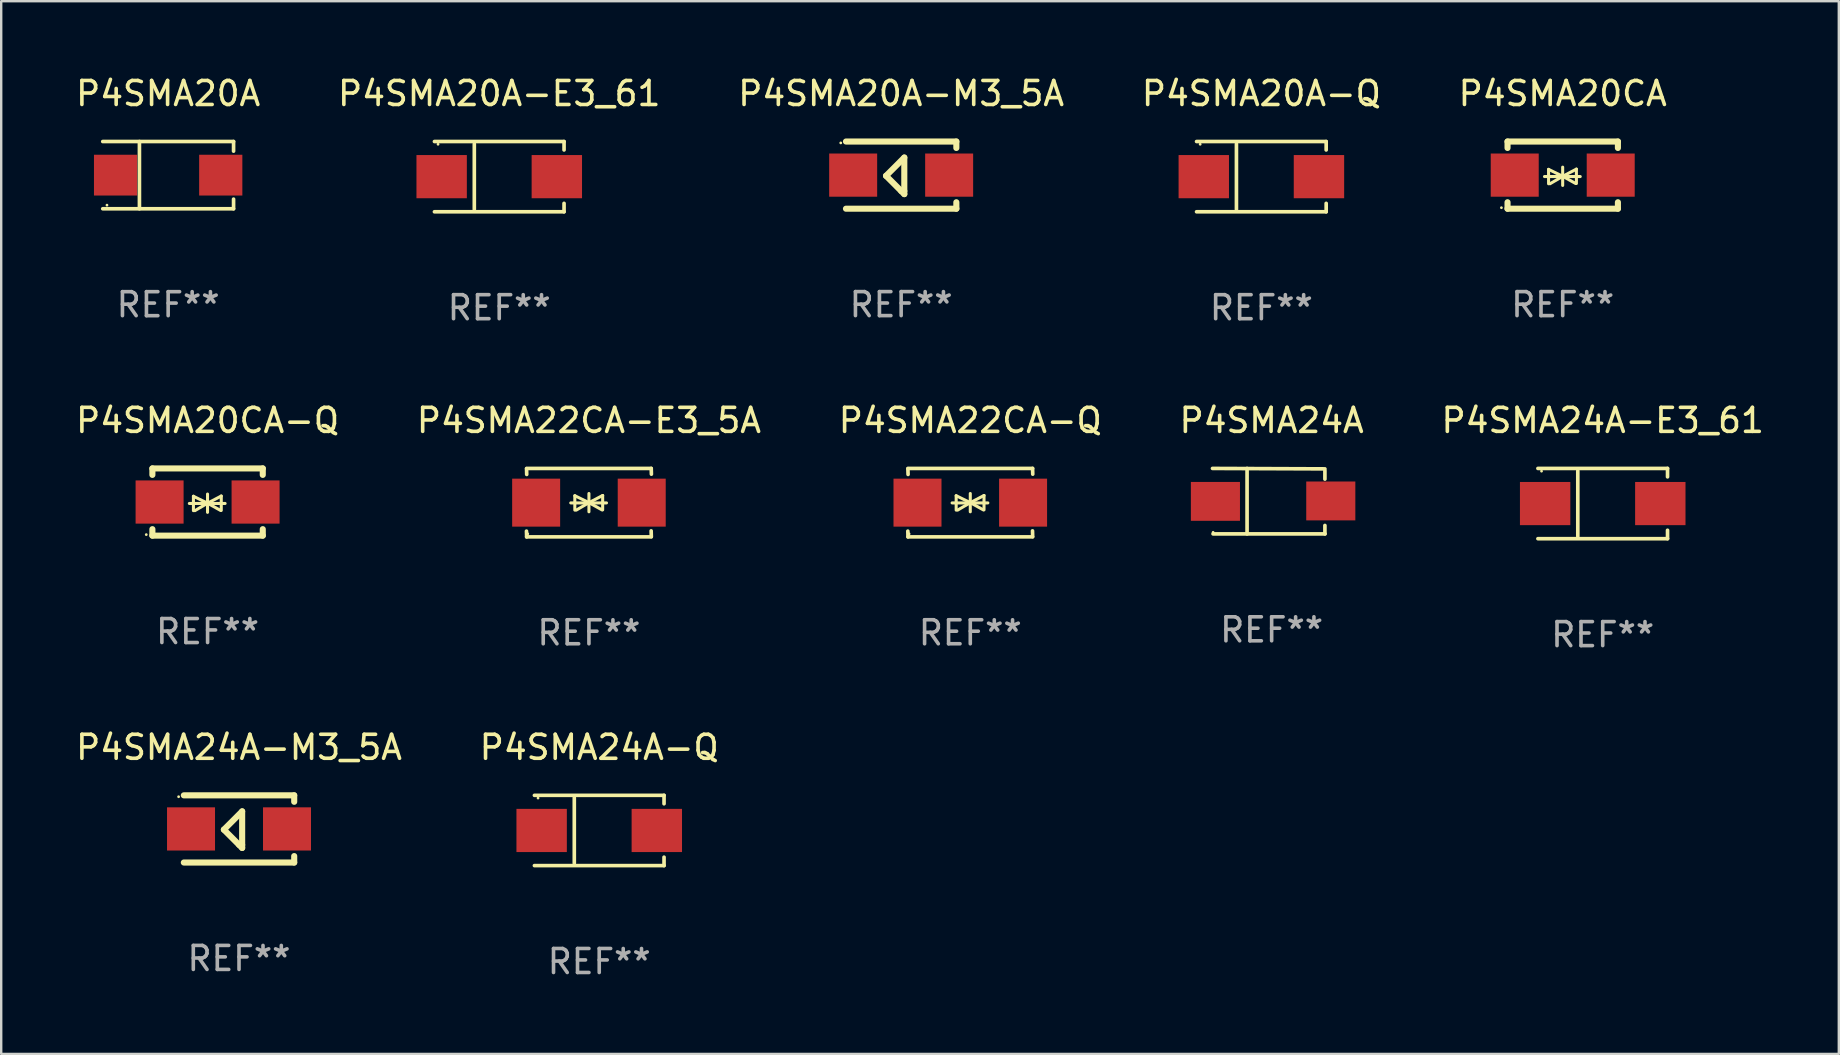
<source format=kicad_pcb>
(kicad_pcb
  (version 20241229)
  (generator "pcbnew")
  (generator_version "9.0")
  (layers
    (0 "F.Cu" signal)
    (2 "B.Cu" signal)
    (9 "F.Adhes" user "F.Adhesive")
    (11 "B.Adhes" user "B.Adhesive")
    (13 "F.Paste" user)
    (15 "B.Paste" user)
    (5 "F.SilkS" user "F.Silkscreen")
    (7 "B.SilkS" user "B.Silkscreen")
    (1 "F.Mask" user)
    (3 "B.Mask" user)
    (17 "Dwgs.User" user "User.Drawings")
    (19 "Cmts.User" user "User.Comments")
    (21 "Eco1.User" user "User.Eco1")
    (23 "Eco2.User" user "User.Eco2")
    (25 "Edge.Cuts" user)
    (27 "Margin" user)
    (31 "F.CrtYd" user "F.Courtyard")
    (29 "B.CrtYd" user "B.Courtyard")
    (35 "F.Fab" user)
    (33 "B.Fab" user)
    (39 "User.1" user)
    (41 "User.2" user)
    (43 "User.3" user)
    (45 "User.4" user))
  (footprint "P4SMA24A-E3_61"
    (layer "F.Cu")
    (at 63.744 17.936)
    (property "Reference" "P4SMA24A-E3_61" (at 0 -3.464 0) (layer "F.SilkS") (effects (font (size 1 1) (thickness 0.15))))
    (attr through_hole)
    (fp_line (start -2.701 -1.464) (end 2.701 -1.464) (stroke (width 0.152) (type solid)) (layer "F.SilkS"))
    (fp_line (start -2.701 1.464) (end 2.701 1.464) (stroke (width 0.152) (type solid)) (layer "F.SilkS"))
    (fp_line (start -1.039 -1.364) (end -1.039 1.364) (stroke (width 0.152) (type solid)) (layer "F.SilkS"))
    (fp_line (start 2.701 -1.464) (end 2.701 -1.113) (stroke (width 0.152) (type solid)) (layer "F.SilkS"))
    (fp_line (start 2.701 1.464) (end 2.701 1.113) (stroke (width 0.152) (type solid)) (layer "F.SilkS"))
    (fp_circle (center -2.55 -1.35) (end -2.52 -1.35) (stroke (width 0.06) (type solid)) (fill no) (layer "F.SilkS"))
    (fp_text user "REF**" (at 0 5.464 0) (layer "F.Fab") (effects (font (size 1 1) (thickness 0.15))))
    (pad "1" smd rect (at -2.4 0) (size 2.1 1.8) (layers "F.Cu" "F.Mask" "F.Paste"))
    (pad "2" smd rect (at 2.4 0) (size 2.1 1.8) (layers "F.Cu" "F.Mask" "F.Paste")))
  (footprint "P4SMA20CA"
    (layer "F.Cu")
    (at 62.077 4.248)
    (property "Reference" "P4SMA20CA" (at 0 -3.4 0) (layer "F.SilkS") (effects (font (size 1 1) (thickness 0.15))))
    (attr through_hole)
    (fp_line (start -2.3 -1.4) (end -2.3 -1.131) (stroke (width 0.254) (type solid)) (layer "F.SilkS"))
    (fp_line (start -2.3 -1.4) (end 2.3 -1.4) (stroke (width 0.254) (type solid)) (layer "F.SilkS"))
    (fp_line (start -2.3 1.131) (end -2.3 1.4) (stroke (width 0.254) (type solid)) (layer "F.SilkS"))
    (fp_line (start -2.3 1.4) (end 2.3 1.4) (stroke (width 0.254) (type solid)) (layer "F.SilkS"))
    (fp_line (start -0.76 0.06) (end 0.73 0.06) (stroke (width 0.127) (type solid)) (layer "F.SilkS"))
    (fp_line (start -0.59 -0.24) (end -0.59 0.36) (stroke (width 0.127) (type solid)) (layer "F.SilkS"))
    (fp_line (start -0.59 -0.24) (end -0.002 0.049) (stroke (width 0.127) (type solid)) (layer "F.SilkS"))
    (fp_line (start -0.53 0.36) (end -0.002 0.049) (stroke (width 0.127) (type solid)) (layer "F.SilkS"))
    (fp_line (start -0.002 0.049) (end -0.002 -0.332) (stroke (width 0.127) (type solid)) (layer "F.SilkS"))
    (fp_line (start -0.002 0.049) (end -0.002 0.43) (stroke (width 0.127) (type solid)) (layer "F.SilkS"))
    (fp_line (start 0.54 0.35) (end -0.002 0.049) (stroke (width 0.127) (type solid)) (layer "F.SilkS"))
    (fp_line (start 0.57 -0.25) (end -0.002 0.049) (stroke (width 0.127) (type solid)) (layer "F.SilkS"))
    (fp_line (start 0.57 -0.25) (end 0.57 0.35) (stroke (width 0.127) (type solid)) (layer "F.SilkS"))
    (fp_line (start 2.3 -1.4) (end 2.3 -1.131) (stroke (width 0.254) (type solid)) (layer "F.SilkS"))
    (fp_line (start 2.3 1.131) (end 2.3 1.4) (stroke (width 0.254) (type solid)) (layer "F.SilkS"))
    (fp_circle (center -2.555 1.358) (end -2.525 1.358) (stroke (width 0.06) (type solid)) (fill no) (layer "F.SilkS"))
    (fp_text user "REF**" (at 0 5.4 0) (layer "F.Fab") (effects (font (size 1 1) (thickness 0.15))))
    (pad "1" smd rect (at -2 -0.000025) (size 2 1.8) (layers "F.Cu" "F.Mask" "F.Paste"))
    (pad "2" smd rect (at 2 -0.000025) (size 2 1.8) (layers "F.Cu" "F.Mask" "F.Paste")))
  (footprint "P4SMA22CA-E3_5A"
    (layer "F.Cu")
    (at 21.494 17.898)
    (property "Reference" "P4SMA22CA-E3_5A" (at 0 -3.426 0) (layer "F.SilkS") (effects (font (size 1 1) (thickness 0.15))))
    (attr through_hole)
    (fp_line (start -2.596 -1.426) (end 2.596 -1.426) (stroke (width 0.152) (type solid)) (layer "F.SilkS"))
    (fp_line (start -2.596 1.426) (end -2.603 1.187) (stroke (width 0.152) (type solid)) (layer "F.SilkS"))
    (fp_line (start -2.596 1.426) (end 2.596 1.426) (stroke (width 0.152) (type solid)) (layer "F.SilkS"))
    (fp_line (start -2.593 -1.176) (end -2.6 -1.415) (stroke (width 0.152) (type solid)) (layer "F.SilkS"))
    (fp_line (start -0.758 0.011) (end 0.732 0.011) (stroke (width 0.127) (type solid)) (layer "F.SilkS"))
    (fp_line (start -0.588 -0.289) (end -0.588 0.311) (stroke (width 0.127) (type solid)) (layer "F.SilkS"))
    (fp_line (start -0.588 -0.289) (end 0 0) (stroke (width 0.127) (type solid)) (layer "F.SilkS"))
    (fp_line (start -0.528 0.311) (end 0 0) (stroke (width 0.127) (type solid)) (layer "F.SilkS"))
    (fp_line (start 0 0) (end 0 -0.381) (stroke (width 0.127) (type solid)) (layer "F.SilkS"))
    (fp_line (start 0 0) (end 0 0.381) (stroke (width 0.127) (type solid)) (layer "F.SilkS"))
    (fp_line (start 0.542 0.301) (end 0 0) (stroke (width 0.127) (type solid)) (layer "F.SilkS"))
    (fp_line (start 0.572 -0.299) (end 0 0) (stroke (width 0.127) (type solid)) (layer "F.SilkS"))
    (fp_line (start 0.572 -0.299) (end 0.572 0.301) (stroke (width 0.127) (type solid)) (layer "F.SilkS"))
    (fp_line (start 2.593 1.176) (end 2.6 1.415) (stroke (width 0.152) (type solid)) (layer "F.SilkS"))
    (fp_line (start 2.596 -1.426) (end 2.603 -1.187) (stroke (width 0.152) (type solid)) (layer "F.SilkS"))
    (fp_circle (center -2.55 1.3) (end -2.52 1.3) (stroke (width 0.06) (type solid)) (fill no) (layer "F.SilkS"))
    (fp_text user "REF**" (at 0 5.426 0) (layer "F.Fab") (effects (font (size 1 1) (thickness 0.15))))
    (pad "1" smd rect (at -2.2 0 180) (size 2 2) (layers "F.Cu" "F.Mask" "F.Paste"))
    (pad "2" smd rect (at 2.2 0 180) (size 2 2) (layers "F.Cu" "F.Mask" "F.Paste")))
  (footprint "P4SMA20A-Q"
    (layer "F.Cu")
    (at 49.518 4.312)
    (property "Reference" "P4SMA20A-Q" (at 0 -3.464 0) (layer "F.SilkS") (effects (font (size 1 1) (thickness 0.15))))
    (attr through_hole)
    (fp_line (start -2.701 -1.464) (end 2.701 -1.464) (stroke (width 0.152) (type solid)) (layer "F.SilkS"))
    (fp_line (start -2.701 1.464) (end 2.701 1.464) (stroke (width 0.152) (type solid)) (layer "F.SilkS"))
    (fp_line (start -1.039 -1.364) (end -1.039 1.364) (stroke (width 0.152) (type solid)) (layer "F.SilkS"))
    (fp_line (start 2.701 -1.464) (end 2.701 -1.113) (stroke (width 0.152) (type solid)) (layer "F.SilkS"))
    (fp_line (start 2.701 1.464) (end 2.701 1.113) (stroke (width 0.152) (type solid)) (layer "F.SilkS"))
    (fp_circle (center -2.55 -1.35) (end -2.52 -1.35) (stroke (width 0.06) (type solid)) (fill no) (layer "F.SilkS"))
    (fp_text user "REF**" (at 0 5.464 0) (layer "F.Fab") (effects (font (size 1 1) (thickness 0.15))))
    (pad "1" smd rect (at -2.4 0) (size 2.1 1.8) (layers "F.Cu" "F.Mask" "F.Paste"))
    (pad "2" smd rect (at 2.4 0) (size 2.1 1.8) (layers "F.Cu" "F.Mask" "F.Paste")))
  (footprint "P4SMA20A-M3_5A"
    (layer "F.Cu")
    (at 34.506 4.248)
    (property "Reference" "P4SMA20A-M3_5A" (at 0 -3.4 0) (layer "F.SilkS") (effects (font (size 1 1) (thickness 0.15))))
    (attr through_hole)
    (fp_line (start -2.3 -1.4) (end 2.3 -1.4) (stroke (width 0.254) (type solid)) (layer "F.SilkS"))
    (fp_line (start -2.3 1.4) (end 2.3 1.4) (stroke (width 0.254) (type solid)) (layer "F.SilkS"))
    (fp_line (start -0.631 0.03) (end 0.131 -0.732) (stroke (width 0.254) (type solid)) (layer "F.SilkS"))
    (fp_line (start 0.004 0.665) (end -0.631 0.03) (stroke (width 0.254) (type solid)) (layer "F.SilkS"))
    (fp_line (start 0.131 -0.732) (end 0.131 0.665) (stroke (width 0.254) (type solid)) (layer "F.SilkS"))
    (fp_line (start 0.131 0.665) (end 0.131 0.792) (stroke (width 0.254) (type solid)) (layer "F.SilkS"))
    (fp_line (start 0.131 0.792) (end 0.004 0.665) (stroke (width 0.254) (type solid)) (layer "F.SilkS"))
    (fp_line (start 2.3 -1.4) (end 2.3 -1.131) (stroke (width 0.254) (type solid)) (layer "F.SilkS"))
    (fp_line (start 2.3 1.131) (end 2.3 1.4) (stroke (width 0.254) (type solid)) (layer "F.SilkS"))
    (fp_circle (center -2.517 -1.342) (end -2.487 -1.342) (stroke (width 0.06) (type solid)) (fill no) (layer "F.SilkS"))
    (fp_text user "REF**" (at 0 5.4 0) (layer "F.Fab") (effects (font (size 1 1) (thickness 0.15))))
    (pad "1" smd rect (at -2 -0.000127) (size 2 1.8) (layers "F.Cu" "F.Mask" "F.Paste"))
    (pad "2" smd rect (at 2 -0.000127) (size 2 1.8) (layers "F.Cu" "F.Mask" "F.Paste")))
  (footprint "P4SMA20A"
    (layer "F.Cu")
    (at 3.958 4.249)
    (property "Reference" "P4SMA20A" (at 0 -3.401 0) (layer "F.SilkS") (effects (font (size 1 1) (thickness 0.15))))
    (attr through_hole)
    (fp_line (start -2.726 -1.401) (end 2.726 -1.401) (stroke (width 0.152) (type solid)) (layer "F.SilkS"))
    (fp_line (start -2.726 1.401) (end 2.726 1.401) (stroke (width 0.152) (type solid)) (layer "F.SilkS"))
    (fp_line (start -1.197 -1.401) (end -1.197 1.401) (stroke (width 0.152) (type solid)) (layer "F.SilkS"))
    (fp_line (start 2.726 -1.401) (end 2.726 -1) (stroke (width 0.152) (type solid)) (layer "F.SilkS"))
    (fp_line (start 2.726 1.401) (end 2.726 1) (stroke (width 0.152) (type solid)) (layer "F.SilkS"))
    (fp_circle (center -2.55 1.25) (end -2.52 1.25) (stroke (width 0.06) (type solid)) (fill no) (layer "F.SilkS"))
    (fp_text user "REF**" (at 0 5.401 0) (layer "F.Fab") (effects (font (size 1 1) (thickness 0.15))))
    (pad "1" smd rect (at -2.192 0) (size 1.8 1.7) (layers "F.Cu" "F.Mask" "F.Paste"))
    (pad "2" smd rect (at 2.192 0) (size 1.8 1.7) (layers "F.Cu" "F.Mask" "F.Paste")))
  (footprint "P4SMA22CA-Q"
    (layer "F.Cu")
    (at 37.387 17.898)
    (property "Reference" "P4SMA22CA-Q" (at 0 -3.426 0) (layer "F.SilkS") (effects (font (size 1 1) (thickness 0.15))))
    (attr through_hole)
    (fp_line (start -2.596 -1.426) (end 2.596 -1.426) (stroke (width 0.152) (type solid)) (layer "F.SilkS"))
    (fp_line (start -2.596 1.426) (end -2.603 1.187) (stroke (width 0.152) (type solid)) (layer "F.SilkS"))
    (fp_line (start -2.596 1.426) (end 2.596 1.426) (stroke (width 0.152) (type solid)) (layer "F.SilkS"))
    (fp_line (start -2.593 -1.176) (end -2.6 -1.415) (stroke (width 0.152) (type solid)) (layer "F.SilkS"))
    (fp_line (start -0.758 0.011) (end 0.732 0.011) (stroke (width 0.127) (type solid)) (layer "F.SilkS"))
    (fp_line (start -0.588 -0.289) (end -0.588 0.311) (stroke (width 0.127) (type solid)) (layer "F.SilkS"))
    (fp_line (start -0.588 -0.289) (end 0 0) (stroke (width 0.127) (type solid)) (layer "F.SilkS"))
    (fp_line (start -0.528 0.311) (end 0 0) (stroke (width 0.127) (type solid)) (layer "F.SilkS"))
    (fp_line (start 0 0) (end 0 -0.381) (stroke (width 0.127) (type solid)) (layer "F.SilkS"))
    (fp_line (start 0 0) (end 0 0.381) (stroke (width 0.127) (type solid)) (layer "F.SilkS"))
    (fp_line (start 0.542 0.301) (end 0 0) (stroke (width 0.127) (type solid)) (layer "F.SilkS"))
    (fp_line (start 0.572 -0.299) (end 0 0) (stroke (width 0.127) (type solid)) (layer "F.SilkS"))
    (fp_line (start 0.572 -0.299) (end 0.572 0.301) (stroke (width 0.127) (type solid)) (layer "F.SilkS"))
    (fp_line (start 2.593 1.176) (end 2.6 1.415) (stroke (width 0.152) (type solid)) (layer "F.SilkS"))
    (fp_line (start 2.596 -1.426) (end 2.603 -1.187) (stroke (width 0.152) (type solid)) (layer "F.SilkS"))
    (fp_circle (center -2.55 1.3) (end -2.52 1.3) (stroke (width 0.06) (type solid)) (fill no) (layer "F.SilkS"))
    (fp_text user "REF**" (at 0 5.426 0) (layer "F.Fab") (effects (font (size 1 1) (thickness 0.15))))
    (pad "1" smd rect (at -2.2 0 180) (size 2 2) (layers "F.Cu" "F.Mask" "F.Paste"))
    (pad "2" smd rect (at 2.2 0 180) (size 2 2) (layers "F.Cu" "F.Mask" "F.Paste")))
  (footprint "P4SMA24A-M3_5A"
    (layer "F.Cu")
    (at 6.911 31.496)
    (property "Reference" "P4SMA24A-M3_5A" (at 0 -3.4 0) (layer "F.SilkS") (effects (font (size 1 1) (thickness 0.15))))
    (attr through_hole)
    (fp_line (start -2.3 -1.4) (end 2.3 -1.4) (stroke (width 0.254) (type solid)) (layer "F.SilkS"))
    (fp_line (start -2.3 1.4) (end 2.3 1.4) (stroke (width 0.254) (type solid)) (layer "F.SilkS"))
    (fp_line (start -0.631 0.03) (end 0.131 -0.732) (stroke (width 0.254) (type solid)) (layer "F.SilkS"))
    (fp_line (start 0.004 0.665) (end -0.631 0.03) (stroke (width 0.254) (type solid)) (layer "F.SilkS"))
    (fp_line (start 0.131 -0.732) (end 0.131 0.665) (stroke (width 0.254) (type solid)) (layer "F.SilkS"))
    (fp_line (start 0.131 0.665) (end 0.131 0.792) (stroke (width 0.254) (type solid)) (layer "F.SilkS"))
    (fp_line (start 0.131 0.792) (end 0.004 0.665) (stroke (width 0.254) (type solid)) (layer "F.SilkS"))
    (fp_line (start 2.3 -1.4) (end 2.3 -1.131) (stroke (width 0.254) (type solid)) (layer "F.SilkS"))
    (fp_line (start 2.3 1.131) (end 2.3 1.4) (stroke (width 0.254) (type solid)) (layer "F.SilkS"))
    (fp_circle (center -2.517 -1.342) (end -2.487 -1.342) (stroke (width 0.06) (type solid)) (fill no) (layer "F.SilkS"))
    (fp_text user "REF**" (at 0 5.4 0) (layer "F.Fab") (effects (font (size 1 1) (thickness 0.15))))
    (pad "1" smd rect (at -2 -0.000127) (size 2 1.8) (layers "F.Cu" "F.Mask" "F.Paste"))
    (pad "2" smd rect (at 2 -0.000127) (size 2 1.8) (layers "F.Cu" "F.Mask" "F.Paste")))
  (footprint "P4SMA24A-Q"
    (layer "F.Cu")
    (at 21.923 31.56)
    (property "Reference" "P4SMA24A-Q" (at 0 -3.464 0) (layer "F.SilkS") (effects (font (size 1 1) (thickness 0.15))))
    (attr through_hole)
    (fp_line (start -2.701 -1.464) (end 2.701 -1.464) (stroke (width 0.152) (type solid)) (layer "F.SilkS"))
    (fp_line (start -2.701 1.464) (end 2.701 1.464) (stroke (width 0.152) (type solid)) (layer "F.SilkS"))
    (fp_line (start -1.039 -1.364) (end -1.039 1.364) (stroke (width 0.152) (type solid)) (layer "F.SilkS"))
    (fp_line (start 2.701 -1.464) (end 2.701 -1.113) (stroke (width 0.152) (type solid)) (layer "F.SilkS"))
    (fp_line (start 2.701 1.464) (end 2.701 1.113) (stroke (width 0.152) (type solid)) (layer "F.SilkS"))
    (fp_circle (center -2.55 -1.35) (end -2.52 -1.35) (stroke (width 0.06) (type solid)) (fill no) (layer "F.SilkS"))
    (fp_text user "REF**" (at 0 5.464 0) (layer "F.Fab") (effects (font (size 1 1) (thickness 0.15))))
    (pad "1" smd rect (at -2.4 0) (size 2.1 1.8) (layers "F.Cu" "F.Mask" "F.Paste"))
    (pad "2" smd rect (at 2.4 0) (size 2.1 1.8) (layers "F.Cu" "F.Mask" "F.Paste")))
  (footprint "P4SMA20A-E3_61"
    (layer "F.Cu")
    (at 17.756 4.312)
    (property "Reference" "P4SMA20A-E3_61" (at 0 -3.464 0) (layer "F.SilkS") (effects (font (size 1 1) (thickness 0.15))))
    (attr through_hole)
    (fp_line (start -2.701 -1.464) (end 2.701 -1.464) (stroke (width 0.152) (type solid)) (layer "F.SilkS"))
    (fp_line (start -2.701 1.464) (end 2.701 1.464) (stroke (width 0.152) (type solid)) (layer "F.SilkS"))
    (fp_line (start -1.039 -1.364) (end -1.039 1.364) (stroke (width 0.152) (type solid)) (layer "F.SilkS"))
    (fp_line (start 2.701 -1.464) (end 2.701 -1.113) (stroke (width 0.152) (type solid)) (layer "F.SilkS"))
    (fp_line (start 2.701 1.464) (end 2.701 1.113) (stroke (width 0.152) (type solid)) (layer "F.SilkS"))
    (fp_circle (center -2.55 -1.35) (end -2.52 -1.35) (stroke (width 0.06) (type solid)) (fill no) (layer "F.SilkS"))
    (fp_text user "REF**" (at 0 5.464 0) (layer "F.Fab") (effects (font (size 1 1) (thickness 0.15))))
    (pad "1" smd rect (at -2.4 0) (size 2.1 1.8) (layers "F.Cu" "F.Mask" "F.Paste"))
    (pad "2" smd rect (at 2.4 0) (size 2.1 1.8) (layers "F.Cu" "F.Mask" "F.Paste")))
  (footprint "P4SMA20CA-Q"
    (layer "F.Cu")
    (at 5.601 17.872)
    (property "Reference" "P4SMA20CA-Q" (at 0 -3.4 0) (layer "F.SilkS") (effects (font (size 1 1) (thickness 0.15))))
    (attr through_hole)
    (fp_line (start -2.3 -1.4) (end -2.3 -1.131) (stroke (width 0.254) (type solid)) (layer "F.SilkS"))
    (fp_line (start -2.3 -1.4) (end 2.3 -1.4) (stroke (width 0.254) (type solid)) (layer "F.SilkS"))
    (fp_line (start -2.3 1.131) (end -2.3 1.4) (stroke (width 0.254) (type solid)) (layer "F.SilkS"))
    (fp_line (start -2.3 1.4) (end 2.3 1.4) (stroke (width 0.254) (type solid)) (layer "F.SilkS"))
    (fp_line (start -0.76 0.06) (end 0.73 0.06) (stroke (width 0.127) (type solid)) (layer "F.SilkS"))
    (fp_line (start -0.59 -0.24) (end -0.59 0.36) (stroke (width 0.127) (type solid)) (layer "F.SilkS"))
    (fp_line (start -0.59 -0.24) (end -0.002 0.049) (stroke (width 0.127) (type solid)) (layer "F.SilkS"))
    (fp_line (start -0.53 0.36) (end -0.002 0.049) (stroke (width 0.127) (type solid)) (layer "F.SilkS"))
    (fp_line (start -0.002 0.049) (end -0.002 -0.332) (stroke (width 0.127) (type solid)) (layer "F.SilkS"))
    (fp_line (start -0.002 0.049) (end -0.002 0.43) (stroke (width 0.127) (type solid)) (layer "F.SilkS"))
    (fp_line (start 0.54 0.35) (end -0.002 0.049) (stroke (width 0.127) (type solid)) (layer "F.SilkS"))
    (fp_line (start 0.57 -0.25) (end -0.002 0.049) (stroke (width 0.127) (type solid)) (layer "F.SilkS"))
    (fp_line (start 0.57 -0.25) (end 0.57 0.35) (stroke (width 0.127) (type solid)) (layer "F.SilkS"))
    (fp_line (start 2.3 -1.4) (end 2.3 -1.131) (stroke (width 0.254) (type solid)) (layer "F.SilkS"))
    (fp_line (start 2.3 1.131) (end 2.3 1.4) (stroke (width 0.254) (type solid)) (layer "F.SilkS"))
    (fp_circle (center -2.555 1.358) (end -2.525 1.358) (stroke (width 0.06) (type solid)) (fill no) (layer "F.SilkS"))
    (fp_text user "REF**" (at 0 5.4 0) (layer "F.Fab") (effects (font (size 1 1) (thickness 0.15))))
    (pad "1" smd rect (at -2 -0.000025) (size 2 1.8) (layers "F.Cu" "F.Mask" "F.Paste"))
    (pad "2" smd rect (at 2 -0.000025) (size 2 1.8) (layers "F.Cu" "F.Mask" "F.Paste")))
  (footprint "P4SMA24A"
    (layer "F.Cu")
    (at 49.946 17.836)
    (property "Reference" "P4SMA24A" (at 0 -3.364 0) (layer "F.SilkS") (effects (font (size 1 1) (thickness 0.15))))
    (attr through_hole)
    (fp_line (start -2.465 -1.364) (end 2.22 -1.346) (stroke (width 0.152) (type solid)) (layer "F.SilkS"))
    (fp_line (start -2.442 1.364) (end 2.226 1.364) (stroke (width 0.152) (type solid)) (layer "F.SilkS"))
    (fp_line (start -1.024 -1.364) (end -1.024 1.364) (stroke (width 0.152) (type solid)) (layer "F.SilkS"))
    (fp_line (start 2.22 -1.27) (end 2.22 -0.919) (stroke (width 0.152) (type solid)) (layer "F.SilkS"))
    (fp_line (start 2.22 1.364) (end 2.22 1.013) (stroke (width 0.152) (type solid)) (layer "F.SilkS"))
    (fp_circle (center -2.439 1.3) (end -2.409 1.3) (stroke (width 0.06) (type solid)) (fill no) (layer "F.SilkS"))
    (fp_text user "REF**" (at 0 5.364 0) (layer "F.Fab") (effects (font (size 1 1) (thickness 0.15))))
    (pad "1" smd rect (at -2.343 0.009) (size 2.046 1.62) (layers "F.Cu" "F.Mask" "F.Paste"))
    (pad "2" smd rect (at 2.465 -0.009 180) (size 2.046 1.62) (layers "F.Cu" "F.Mask" "F.Paste")))
  (gr_rect
    (start -3 -3)
    (end 73.583 40.872)
    (stroke (width 0.1) (type default))
    (fill no)
    (layer "Edge.Cuts")))
</source>
